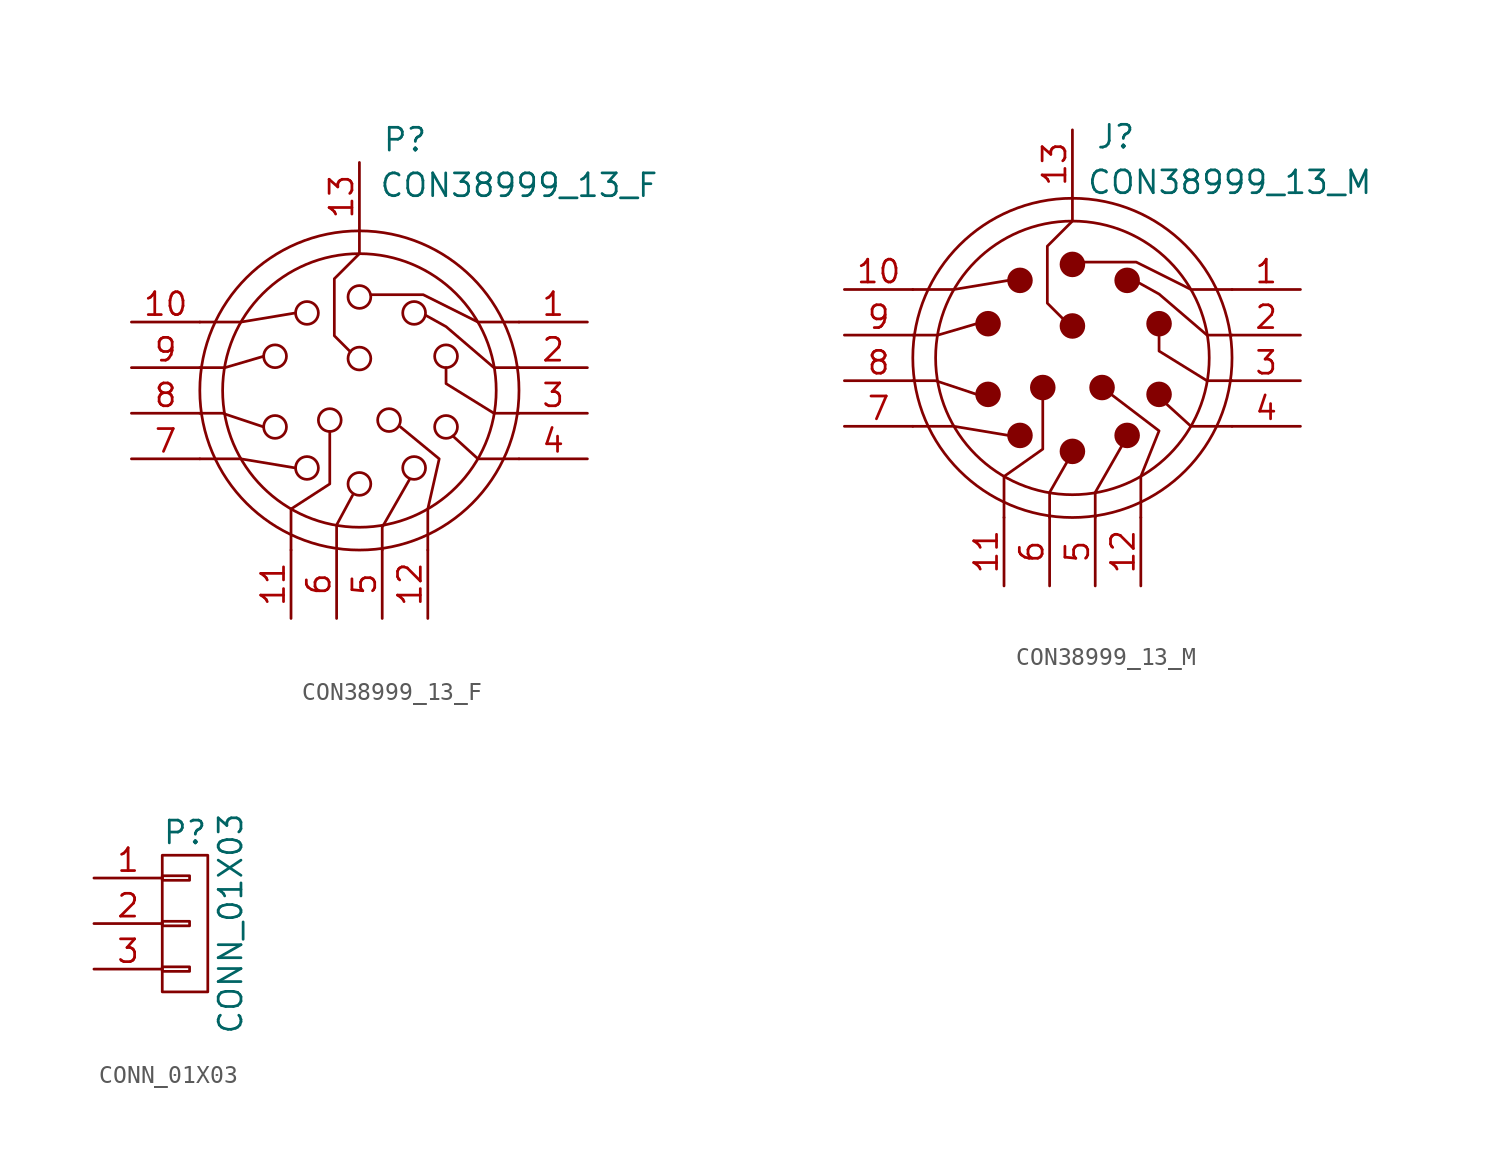
<source format=kicad_sym>
(kicad_symbol_lib
  (version 20231120)
  (generator "kicad_symbol_editor")
  (generator_version "8.0")
  (symbol "CON38999_13_F"
    (pin_names
      (offset 1.016) hide)
    (property "Reference" "P"
      (at 2.54 13.97 0)
      (effects (font (size 1.27 1.27))))
    (property "Value" "CON38999_13_F"
      (at 8.89 11.43 0)
      (effects (font (size 1.27 1.27))))
    (symbol "CON38999_13_F_0_1"
      (polyline (pts (xy -8.89 -3.81) (xy -6.604 -3.81) (xy -3.556 -4.318)) (stroke (width 0) (type default)) (fill (type none)))
      (polyline (pts (xy -8.89 -1.27) (xy -7.62 -1.27) (xy -5.334 -2.032)) (stroke (width 0) (type default)) (fill (type none)))
      (polyline (pts (xy -8.89 1.27) (xy -7.493 1.27) (xy -5.334 1.905)) (stroke (width 0) (type default)) (fill (type none)))
      (polyline (pts (xy -8.89 3.81) (xy -6.604 3.81) (xy -3.556 4.318)) (stroke (width 0) (type default)) (fill (type none)))
      (polyline (pts (xy -1.27 -8.763) (xy -1.27 -7.493) (xy -0.381 -5.842)) (stroke (width 0) (type default)) (fill (type none)))
      (polyline (pts (xy 1.27 -8.89) (xy 1.27 -7.62) (xy 2.794 -4.953)) (stroke (width 0) (type default)) (fill (type none)))
      (polyline (pts (xy 8.89 -3.81) (xy 6.604 -3.81) (xy 5.207 -2.54)) (stroke (width 0) (type default)) (fill (type none)))
      (polyline (pts (xy -3.81 -8.89) (xy -3.81 -6.604) (xy -1.651 -5.207) (xy -1.651 -2.286)) (stroke (width 0) (type default)) (fill (type none)))
      (polyline (pts (xy 3.81 -8.89) (xy 3.81 -6.604) (xy 4.445 -3.81) (xy 2.286 -2.032)) (stroke (width 0) (type default)) (fill (type none)))
      (polyline (pts (xy 8.89 -1.27) (xy 7.493 -1.27) (xy 4.826 0.381) (xy 4.826 1.27)) (stroke (width 0) (type default)) (fill (type none)))
      (polyline (pts (xy 8.89 1.27) (xy 7.493 1.27) (xy 4.826 3.556) (xy 3.683 4.191)) (stroke (width 0) (type default)) (fill (type none)))
      (polyline (pts (xy 8.89 3.81) (xy 6.604 3.81) (xy 3.556 5.334) (xy 0.635 5.334)) (stroke (width 0) (type default)) (fill (type none)))
      (polyline (pts (xy 0 8.89) (xy 0 7.62) (xy -1.397 6.223) (xy -1.397 3.048) (xy -0.508 2.159)) (stroke (width 0) (type default)) (fill (type none))))
    (symbol "CON38999_13_F_1_1"
      (circle (center -4.699 -2.032) (radius 0.635) (stroke (width 0) (type default)) (fill (type none)))
      (circle (center -4.699 1.905) (radius 0.635) (stroke (width 0) (type default)) (fill (type none)))
      (circle (center -2.921 -4.318) (radius 0.635) (stroke (width 0) (type default)) (fill (type none)))
      (circle (center -2.921 4.318) (radius 0.635) (stroke (width 0) (type default)) (fill (type none)))
      (circle (center -1.651 -1.651) (radius 0.635) (stroke (width 0) (type default)) (fill (type none)))
      (circle (center 0 -5.207) (radius 0.635) (stroke (width 0) (type default)) (fill (type none)))
      (circle (center 0 0) (radius 7.62) (stroke (width 0) (type default)) (fill (type none)))
      (circle (center 0 0) (radius 8.89) (stroke (width 0) (type default)) (fill (type none)))
      (circle (center 0 1.778) (radius 0.635) (stroke (width 0) (type default)) (fill (type none)))
      (circle (center 0 5.207) (radius 0.635) (stroke (width 0) (type default)) (fill (type none)))
      (circle (center 1.651 -1.651) (radius 0.635) (stroke (width 0) (type default)) (fill (type none)))
      (circle (center 3.048 -4.318) (radius 0.635) (stroke (width 0) (type default)) (fill (type none)))
      (circle (center 3.048 4.318) (radius 0.635) (stroke (width 0) (type default)) (fill (type none)))
      (circle (center 4.826 -2.032) (radius 0.635) (stroke (width 0) (type default)) (fill (type none)))
      (circle (center 4.826 1.905) (radius 0.635) (stroke (width 0) (type default)) (fill (type none)))
      (pin input line (at 12.7 3.81 180) (length 3.81) (name "1" (effects (font (size 1.27 1.27)))) (number "1" (effects (font (size 1.27 1.27)))))
      (pin input line (at -12.7 3.81 0) (length 3.81) (name "10" (effects (font (size 1.27 1.27)))) (number "10" (effects (font (size 1.27 1.27)))))
      (pin input line (at -3.81 -12.7 90) (length 3.81) (name "11" (effects (font (size 1.27 1.27)))) (number "11" (effects (font (size 1.27 1.27)))))
      (pin input line (at 3.81 -12.7 90) (length 3.81) (name "12" (effects (font (size 1.27 1.27)))) (number "12" (effects (font (size 1.27 1.27)))))
      (pin input line (at 0 12.7 270) (length 3.81) (name "13" (effects (font (size 1.27 1.27)))) (number "13" (effects (font (size 1.27 1.27)))))
      (pin input line (at 12.7 1.27 180) (length 3.81) (name "2" (effects (font (size 1.27 1.27)))) (number "2" (effects (font (size 1.27 1.27)))))
      (pin input line (at 12.7 -1.27 180) (length 3.81) (name "3" (effects (font (size 1.27 1.27)))) (number "3" (effects (font (size 1.27 1.27)))))
      (pin input line (at 12.7 -3.81 180) (length 3.81) (name "4" (effects (font (size 1.27 1.27)))) (number "4" (effects (font (size 1.27 1.27)))))
      (pin input line (at 1.27 -12.7 90) (length 3.81) (name "5" (effects (font (size 1.27 1.27)))) (number "5" (effects (font (size 1.27 1.27)))))
      (pin input line (at -1.27 -12.7 90) (length 3.81) (name "6" (effects (font (size 1.27 1.27)))) (number "6" (effects (font (size 1.27 1.27)))))
      (pin input line (at -12.7 -3.81 0) (length 3.81) (name "7" (effects (font (size 1.27 1.27)))) (number "7" (effects (font (size 1.27 1.27)))))
      (pin input line (at -12.7 -1.27 0) (length 3.81) (name "8" (effects (font (size 1.27 1.27)))) (number "8" (effects (font (size 1.27 1.27)))))
      (pin input line (at -12.7 1.27 0) (length 3.81) (name "9" (effects (font (size 1.27 1.27)))) (number "9" (effects (font (size 1.27 1.27)))))))
  (symbol "CON38999_13_M"
    (pin_names
      (offset 1.016) hide)
    (property "Reference" "J"
      (at 2.413 12.319 0)
      (effects (font (size 1.27 1.27))))
    (property "Value" "CON38999_13_M"
      (at 8.763 9.779 0)
      (effects (font (size 1.27 1.27))))
    (symbol "CON38999_13_M_0_1"
      (polyline (pts (xy -1.27 -8.89) (xy -1.27 -7.493) (xy -0.254 -5.715)) (stroke (width 0) (type default)) (fill (type none)))
      (polyline (pts (xy 1.27 -8.89) (xy 1.27 -7.493) (xy 2.794 -4.826)) (stroke (width 0) (type default)) (fill (type none)))
      (polyline (pts (xy -3.81 -8.89) (xy -3.81 -6.604) (xy -1.651 -5.08) (xy -1.651 -2.286)) (stroke (width 0) (type default)) (fill (type none)))
      (polyline (pts (xy 3.81 -8.89) (xy 3.81 -6.604) (xy 4.826 -4.064) (xy 2.159 -2.032)) (stroke (width 0) (type default)) (fill (type none))))
    (symbol "CON38999_13_M_1_1"
      (circle (center -4.699 -2.032) (radius 0.635) (stroke (width 0) (type default)) (fill (type outline)))
      (circle (center -4.699 1.905) (radius 0.635) (stroke (width 0) (type default)) (fill (type outline)))
      (circle (center -2.921 -4.318) (radius 0.635) (stroke (width 0) (type default)) (fill (type outline)))
      (circle (center -2.921 4.318) (radius 0.635) (stroke (width 0) (type default)) (fill (type outline)))
      (circle (center -1.651 -1.651) (radius 0.635) (stroke (width 0) (type default)) (fill (type outline)))
      (circle (center 0 -5.207) (radius 0.635) (stroke (width 0) (type default)) (fill (type outline)))
      (polyline (pts (xy -8.89 -3.81) (xy -6.604 -3.81) (xy -3.556 -4.318)) (stroke (width 0) (type default)) (fill (type none)))
      (polyline (pts (xy -8.89 -1.27) (xy -7.62 -1.27) (xy -5.334 -2.032)) (stroke (width 0) (type default)) (fill (type none)))
      (polyline (pts (xy -8.89 1.27) (xy -7.493 1.27) (xy -5.334 1.905)) (stroke (width 0) (type default)) (fill (type none)))
      (polyline (pts (xy -8.89 3.81) (xy -6.604 3.81) (xy -3.556 4.318)) (stroke (width 0) (type default)) (fill (type none)))
      (polyline (pts (xy 8.89 -3.81) (xy 6.604 -3.81) (xy 5.207 -2.54)) (stroke (width 0) (type default)) (fill (type none)))
      (polyline (pts (xy 8.89 -1.27) (xy 7.493 -1.27) (xy 4.826 0.381) (xy 4.826 1.27)) (stroke (width 0) (type default)) (fill (type none)))
      (polyline (pts (xy 8.89 1.27) (xy 7.493 1.27) (xy 4.826 3.556) (xy 3.683 4.191)) (stroke (width 0) (type default)) (fill (type none)))
      (polyline (pts (xy 8.89 3.81) (xy 6.604 3.81) (xy 3.556 5.334) (xy 0.635 5.334)) (stroke (width 0) (type default)) (fill (type none)))
      (polyline (pts (xy 0 8.89) (xy 0 7.62) (xy -1.397 6.223) (xy -1.397 3.048) (xy -0.508 2.159)) (stroke (width 0) (type default)) (fill (type none)))
      (circle (center 0 0) (radius 7.62) (stroke (width 0) (type default)) (fill (type none)))
      (circle (center 0 0) (radius 8.89) (stroke (width 0) (type default)) (fill (type none)))
      (circle (center 0 1.778) (radius 0.635) (stroke (width 0) (type default)) (fill (type outline)))
      (circle (center 0 5.207) (radius 0.635) (stroke (width 0) (type default)) (fill (type outline)))
      (circle (center 1.651 -1.651) (radius 0.635) (stroke (width 0) (type default)) (fill (type outline)))
      (circle (center 3.048 -4.318) (radius 0.635) (stroke (width 0) (type default)) (fill (type outline)))
      (circle (center 3.048 4.318) (radius 0.635) (stroke (width 0) (type default)) (fill (type outline)))
      (circle (center 4.826 -2.032) (radius 0.635) (stroke (width 0) (type default)) (fill (type outline)))
      (circle (center 4.826 1.905) (radius 0.635) (stroke (width 0) (type default)) (fill (type outline)))
      (pin input line (at 12.7 3.81 180) (length 3.81) (name "1" (effects (font (size 1.27 1.27)))) (number "1" (effects (font (size 1.27 1.27)))))
      (pin input line (at -12.7 3.81 0) (length 3.81) (name "10" (effects (font (size 1.27 1.27)))) (number "10" (effects (font (size 1.27 1.27)))))
      (pin input line (at -3.81 -12.7 90) (length 3.81) (name "11" (effects (font (size 1.27 1.27)))) (number "11" (effects (font (size 1.27 1.27)))))
      (pin input line (at 3.81 -12.7 90) (length 3.81) (name "12" (effects (font (size 1.27 1.27)))) (number "12" (effects (font (size 1.27 1.27)))))
      (pin input line (at 0 12.7 270) (length 3.81) (name "13" (effects (font (size 1.27 1.27)))) (number "13" (effects (font (size 1.27 1.27)))))
      (pin input line (at 12.7 1.27 180) (length 3.81) (name "2" (effects (font (size 1.27 1.27)))) (number "2" (effects (font (size 1.27 1.27)))))
      (pin input line (at 12.7 -1.27 180) (length 3.81) (name "3" (effects (font (size 1.27 1.27)))) (number "3" (effects (font (size 1.27 1.27)))))
      (pin input line (at 12.7 -3.81 180) (length 3.81) (name "4" (effects (font (size 1.27 1.27)))) (number "4" (effects (font (size 1.27 1.27)))))
      (pin input line (at 1.27 -12.7 90) (length 3.81) (name "5" (effects (font (size 1.27 1.27)))) (number "5" (effects (font (size 1.27 1.27)))))
      (pin input line (at -1.27 -12.7 90) (length 3.81) (name "6" (effects (font (size 1.27 1.27)))) (number "6" (effects (font (size 1.27 1.27)))))
      (pin input line (at -12.7 -3.81 0) (length 3.81) (name "7" (effects (font (size 1.27 1.27)))) (number "7" (effects (font (size 1.27 1.27)))))
      (pin input line (at -12.7 -1.27 0) (length 3.81) (name "8" (effects (font (size 1.27 1.27)))) (number "8" (effects (font (size 1.27 1.27)))))
      (pin input line (at -12.7 1.27 0) (length 3.81) (name "9" (effects (font (size 1.27 1.27)))) (number "9" (effects (font (size 1.27 1.27)))))))
  (symbol "CONN_01X03"
    (pin_names
      (offset 1.016) hide)
    (property "Reference" "P"
      (at 0 5.08 0)
      (effects (font (size 1.27 1.27))))
    (property "Value" "CONN_01X03"
      (at 2.54 0 90)
      (effects (font (size 1.27 1.27))))
    (property "Footprint" ""
      (at 0 0 0)
      (effects (font (size 1.524 1.524))))
    (property "Datasheet" ""
      (at 0 0 0)
      (effects (font (size 1.524 1.524))))
    (symbol "CONN_01X03_0_1"
      (rectangle (start -1.27 -2.413) (end 0.254 -2.667) (stroke (width 0) (type default)) (fill (type none)))
      (rectangle (start -1.27 0.127) (end 0.254 -0.127) (stroke (width 0) (type default)) (fill (type none)))
      (rectangle (start -1.27 2.667) (end 0.254 2.413) (stroke (width 0) (type default)) (fill (type none)))
      (rectangle (start -1.27 3.81) (end 1.27 -3.81) (stroke (width 0) (type default)) (fill (type none))))
    (symbol "CONN_01X03_1_1"
      (pin passive line (at -5.08 2.54 0) (length 3.81) (name "P1" (effects (font (size 1.27 1.27)))) (number "1" (effects (font (size 1.27 1.27)))))
      (pin passive line (at -5.08 0 0) (length 3.81) (name "P2" (effects (font (size 1.27 1.27)))) (number "2" (effects (font (size 1.27 1.27)))))
      (pin passive line (at -5.08 -2.54 0) (length 3.81) (name "P3" (effects (font (size 1.27 1.27)))) (number "3" (effects (font (size 1.27 1.27))))))))
</source>
